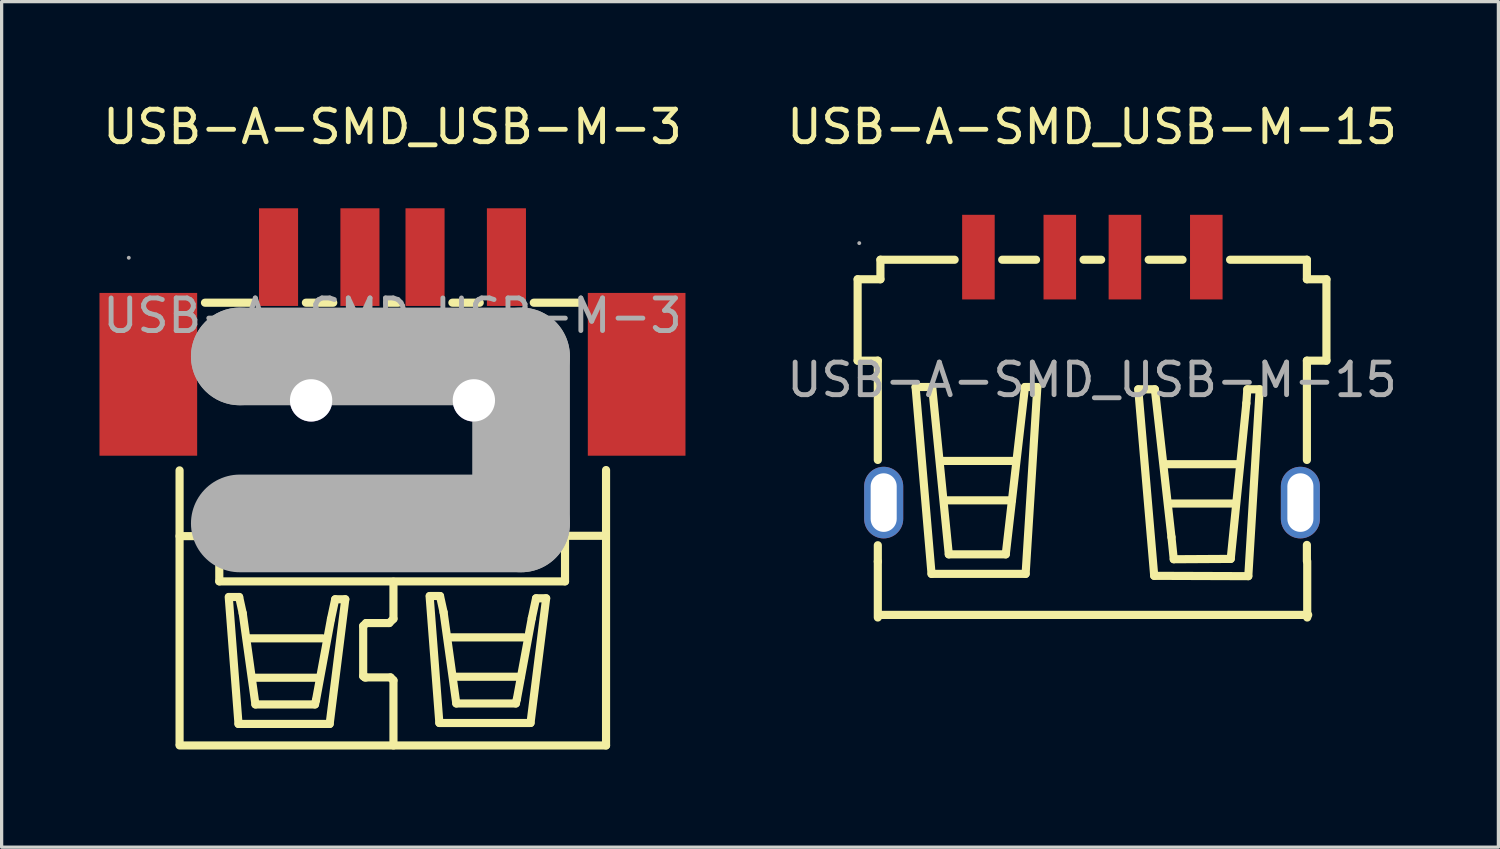
<source format=kicad_pcb>
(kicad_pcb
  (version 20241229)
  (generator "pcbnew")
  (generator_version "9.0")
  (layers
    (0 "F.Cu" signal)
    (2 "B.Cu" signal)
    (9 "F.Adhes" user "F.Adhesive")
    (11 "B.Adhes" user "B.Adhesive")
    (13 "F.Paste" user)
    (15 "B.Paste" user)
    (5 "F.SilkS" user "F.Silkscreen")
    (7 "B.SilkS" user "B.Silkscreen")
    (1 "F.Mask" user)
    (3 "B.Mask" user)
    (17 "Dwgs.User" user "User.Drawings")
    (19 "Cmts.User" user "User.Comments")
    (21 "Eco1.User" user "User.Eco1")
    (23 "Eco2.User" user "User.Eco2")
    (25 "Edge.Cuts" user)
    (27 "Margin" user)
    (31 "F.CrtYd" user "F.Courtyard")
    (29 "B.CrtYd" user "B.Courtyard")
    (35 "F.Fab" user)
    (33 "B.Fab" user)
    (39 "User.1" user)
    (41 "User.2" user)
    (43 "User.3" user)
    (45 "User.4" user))
  (footprint "USB-A-SMD_USB-M-3"
    (layer "F.Cu")
    (at 9.006 6.648)
    (property "Reference" "USB-A-SMD_USB-M-3" (at 0 -5.8 0) (layer "F.SilkS") (effects (font (size 1 1) (thickness 0.15))))
    (attr through_hole)
    (fp_line (start -6.54 4.75) (end -6.54 13.16) (stroke (width 0.25) (type solid)) (layer "F.SilkS"))
    (fp_line (start -6.54 6.77) (end -5.32 6.77) (stroke (width 0.25) (type solid)) (layer "F.SilkS"))
    (fp_line (start -6.54 13.2) (end 6.56 13.2) (stroke (width 0.25) (type solid)) (layer "F.SilkS"))
    (fp_line (start -5.32 6.77) (end -5.32 8.16) (stroke (width 0.25) (type solid)) (layer "F.SilkS"))
    (fp_line (start -5.32 8.16) (end 5.3 8.16) (stroke (width 0.25) (type solid)) (layer "F.SilkS"))
    (fp_line (start -5.03 8.64) (end -4.73 12.54) (stroke (width 0.25) (type solid)) (layer "F.SilkS"))
    (fp_line (start -4.73 12.54) (end -1.93 12.54) (stroke (width 0.25) (type solid)) (layer "F.SilkS"))
    (fp_line (start -4.71 8.64) (end -5.02 8.64) (stroke (width 0.25) (type solid)) (layer "F.SilkS"))
    (fp_line (start -4.6 9.14) (end -4.71 8.64) (stroke (width 0.25) (type solid)) (layer "F.SilkS"))
    (fp_line (start -4.41 9.91) (end -2.15 9.91) (stroke (width 0.25) (type solid)) (layer "F.SilkS"))
    (fp_line (start -4.32 -0.4) (end -5.76 -0.4) (stroke (width 0.25) (type solid)) (layer "F.SilkS"))
    (fp_line (start -4.27 11.12) (end -2.24 11.12) (stroke (width 0.25) (type solid)) (layer "F.SilkS"))
    (fp_line (start -4.21 11.94) (end -4.6 9.14) (stroke (width 0.25) (type solid)) (layer "F.SilkS"))
    (fp_line (start -2.66 -0.4) (end -1.82 -0.4) (stroke (width 0.25) (type solid)) (layer "F.SilkS"))
    (fp_line (start -2.38 11.94) (end -4.21 11.94) (stroke (width 0.25) (type solid)) (layer "F.SilkS"))
    (fp_line (start -2.35 11.81) (end -2.38 11.94) (stroke (width 0.25) (type solid)) (layer "F.SilkS"))
    (fp_line (start -1.93 12.54) (end -1.45 8.71) (stroke (width 0.25) (type solid)) (layer "F.SilkS"))
    (fp_line (start -1.89 9.32) (end -2.35 11.81) (stroke (width 0.25) (type solid)) (layer "F.SilkS"))
    (fp_line (start -1.76 8.71) (end -1.89 9.32) (stroke (width 0.25) (type solid)) (layer "F.SilkS"))
    (fp_line (start -1.45 8.71) (end -1.76 8.71) (stroke (width 0.25) (type solid)) (layer "F.SilkS"))
    (fp_line (start -0.9 9.53) (end -0.9 11.07) (stroke (width 0.25) (type solid)) (layer "F.SilkS"))
    (fp_line (start -0.9 11.07) (end -0.85 11.11) (stroke (width 0.25) (type solid)) (layer "F.SilkS"))
    (fp_line (start -0.85 11.11) (end -0.81 11.11) (stroke (width 0.25) (type solid)) (layer "F.SilkS"))
    (fp_line (start -0.81 9.44) (end -0.9 9.53) (stroke (width 0.25) (type solid)) (layer "F.SilkS"))
    (fp_line (start -0.81 11.11) (end -0.06 11.11) (stroke (width 0.25) (type solid)) (layer "F.SilkS"))
    (fp_line (start -0.16 -0.4) (end 0.18 -0.4) (stroke (width 0.25) (type solid)) (layer "F.SilkS"))
    (fp_line (start -0.1 9.44) (end -0.81 9.44) (stroke (width 0.25) (type solid)) (layer "F.SilkS"))
    (fp_line (start -0.06 11.11) (end 0.03 11.2) (stroke (width 0.25) (type solid)) (layer "F.SilkS"))
    (fp_line (start 0.03 8.17) (end 0.03 9.31) (stroke (width 0.25) (type solid)) (layer "F.SilkS"))
    (fp_line (start 0.03 9.31) (end -0.1 9.44) (stroke (width 0.25) (type solid)) (layer "F.SilkS"))
    (fp_line (start 0.03 11.2) (end 0.03 13.2) (stroke (width 0.25) (type solid)) (layer "F.SilkS"))
    (fp_line (start 1.14 8.61) (end 1.44 12.51) (stroke (width 0.25) (type solid)) (layer "F.SilkS"))
    (fp_line (start 1.44 12.51) (end 4.24 12.51) (stroke (width 0.25) (type solid)) (layer "F.SilkS"))
    (fp_line (start 1.46 8.61) (end 1.15 8.61) (stroke (width 0.25) (type solid)) (layer "F.SilkS"))
    (fp_line (start 1.57 9.11) (end 1.46 8.61) (stroke (width 0.25) (type solid)) (layer "F.SilkS"))
    (fp_line (start 1.77 9.88) (end 4.03 9.88) (stroke (width 0.25) (type solid)) (layer "F.SilkS"))
    (fp_line (start 1.84 -0.4) (end 2.68 -0.4) (stroke (width 0.25) (type solid)) (layer "F.SilkS"))
    (fp_line (start 1.91 11.09) (end 3.94 11.09) (stroke (width 0.25) (type solid)) (layer "F.SilkS"))
    (fp_line (start 1.96 11.91) (end 1.57 9.11) (stroke (width 0.25) (type solid)) (layer "F.SilkS"))
    (fp_line (start 3.79 11.91) (end 1.96 11.91) (stroke (width 0.25) (type solid)) (layer "F.SilkS"))
    (fp_line (start 3.82 11.78) (end 3.79 11.91) (stroke (width 0.25) (type solid)) (layer "F.SilkS"))
    (fp_line (start 4.24 12.51) (end 4.72 8.68) (stroke (width 0.25) (type solid)) (layer "F.SilkS"))
    (fp_line (start 4.28 9.29) (end 3.82 11.78) (stroke (width 0.25) (type solid)) (layer "F.SilkS"))
    (fp_line (start 4.34 -0.4) (end 5.77 -0.4) (stroke (width 0.25) (type solid)) (layer "F.SilkS"))
    (fp_line (start 4.41 8.68) (end 4.28 9.29) (stroke (width 0.25) (type solid)) (layer "F.SilkS"))
    (fp_line (start 4.72 8.68) (end 4.41 8.68) (stroke (width 0.25) (type solid)) (layer "F.SilkS"))
    (fp_line (start 5.3 6.76) (end 6.55 6.76) (stroke (width 0.25) (type solid)) (layer "F.SilkS"))
    (fp_line (start 5.3 8.16) (end 5.3 6.76) (stroke (width 0.25) (type solid)) (layer "F.SilkS"))
    (fp_line (start 6.56 4.74) (end 6.56 13.2) (stroke (width 0.25) (type solid)) (layer "F.SilkS"))
    (fp_circle (center -2.5 2.6) (end -2.2 2.6) (stroke (width 0.6) (type solid)) (fill no) (layer "Cmts.User"))
    (fp_circle (center 2.5 2.6) (end 2.8 2.6) (stroke (width 0.6) (type solid)) (fill no) (layer "Cmts.User"))
    (fp_line (start -4.69 1.25) (end -4.69 1.25) (stroke (width 3) (type solid)) (layer "F.Fab"))
    (fp_line (start -4.69 1.25) (end 3.95 1.25) (stroke (width 3) (type solid)) (layer "F.Fab"))
    (fp_line (start 3.95 1.25) (end 3.95 6.38) (stroke (width 3) (type solid)) (layer "F.Fab"))
    (fp_line (start 3.95 6.38) (end -4.69 6.38) (stroke (width 3) (type solid)) (layer "F.Fab"))
    (fp_circle (center -8.1 -1.78) (end -8.07 -1.78) (stroke (width 0.06) (type solid)) (fill no) (layer "F.Fab"))
    (fp_text user "${REFERENCE}" (at 0 0 0) (layer "F.Fab") (effects (font (size 1 1) (thickness 0.15))))
    (pad "" thru_hole circle (at -2.5 2.6) (size 1.3 1.3) (drill 1.3) (layers "*.Cu" "*.Mask"))
    (pad "" thru_hole circle (at 2.5 2.6) (size 1.3 1.3) (drill 1.3) (layers "*.Cu" "*.Mask"))
    (pad "1" smd rect (at -3.5 -1.8 90) (size 3 1.2) (layers "F.Cu" "F.Mask" "F.Paste"))
    (pad "2" smd rect (at -1 -1.8 90) (size 3 1.2) (layers "F.Cu" "F.Mask" "F.Paste"))
    (pad "3" smd rect (at 1 -1.8 90) (size 3 1.2) (layers "F.Cu" "F.Mask" "F.Paste"))
    (pad "4" smd rect (at 3.5 -1.8 90) (size 3 1.2) (layers "F.Cu" "F.Mask" "F.Paste"))
    (pad "5" smd rect (at -7.5 1.8) (size 3 5) (layers "F.Cu" "F.Mask" "F.Paste"))
    (pad "6" smd rect (at 7.5 1.8) (size 3 5) (layers "F.Cu" "F.Mask" "F.Paste")))
  (footprint "USB-A-SMD_USB-M-15"
    (layer "F.Cu")
    (at 30.494 8.618)
    (property "Reference" "USB-A-SMD_USB-M-15" (at 0 -7.77 0) (layer "F.SilkS") (effects (font (size 1 1) (thickness 0.15))))
    (attr through_hole)
    (fp_line (start -7.2 -3.09) (end -6.5 -3.09) (stroke (width 0.25) (type solid)) (layer "F.SilkS"))
    (fp_line (start -7.2 -0.59) (end -7.2 -3.09) (stroke (width 0.25) (type solid)) (layer "F.SilkS"))
    (fp_line (start -6.58 -0.59) (end -7.2 -0.59) (stroke (width 0.25) (type solid)) (layer "F.SilkS"))
    (fp_line (start -6.58 2.46) (end -6.58 -0.59) (stroke (width 0.25) (type solid)) (layer "F.SilkS"))
    (fp_line (start -6.58 5.58) (end -6.58 5.08) (stroke (width 0.25) (type solid)) (layer "F.SilkS"))
    (fp_line (start -6.58 5.58) (end -6.58 7.3) (stroke (width 0.25) (type solid)) (layer "F.SilkS"))
    (fp_line (start -6.56 7.22) (end 6.64 7.22) (stroke (width 0.25) (type solid)) (layer "F.SilkS"))
    (fp_line (start -6.5 -3.69) (end -4.22 -3.69) (stroke (width 0.25) (type solid)) (layer "F.SilkS"))
    (fp_line (start -6.5 -3.09) (end -6.5 -3.69) (stroke (width 0.25) (type solid)) (layer "F.SilkS"))
    (fp_line (start -5.42 0.22) (end -4.91 0.22) (stroke (width 0.25) (type solid)) (layer "F.SilkS"))
    (fp_line (start -4.93 5.96) (end -5.42 0.22) (stroke (width 0.25) (type solid)) (layer "F.SilkS"))
    (fp_line (start -4.91 0.22) (end -4.4 5.36) (stroke (width 0.25) (type solid)) (layer "F.SilkS"))
    (fp_line (start -4.63 2.49) (end -2.37 2.49) (stroke (width 0.25) (type solid)) (layer "F.SilkS"))
    (fp_line (start -4.49 3.7) (end -2.46 3.7) (stroke (width 0.25) (type solid)) (layer "F.SilkS"))
    (fp_line (start -4.4 5.36) (end -2.65 5.36) (stroke (width 0.25) (type solid)) (layer "F.SilkS"))
    (fp_line (start -2.76 -3.69) (end -1.72 -3.69) (stroke (width 0.25) (type solid)) (layer "F.SilkS"))
    (fp_line (start -2.65 5.36) (end -2.06 0.22) (stroke (width 0.25) (type solid)) (layer "F.SilkS"))
    (fp_line (start -2.06 0.22) (end -1.68 0.22) (stroke (width 0.25) (type solid)) (layer "F.SilkS"))
    (fp_line (start -2.04 5.96) (end -4.93 5.96) (stroke (width 0.25) (type solid)) (layer "F.SilkS"))
    (fp_line (start -1.68 0.22) (end -2.04 5.96) (stroke (width 0.25) (type solid)) (layer "F.SilkS"))
    (fp_line (start -0.26 -3.69) (end 0.28 -3.69) (stroke (width 0.25) (type solid)) (layer "F.SilkS"))
    (fp_line (start 1.42 0.29) (end 1.93 0.29) (stroke (width 0.25) (type solid)) (layer "F.SilkS"))
    (fp_line (start 1.74 -3.69) (end 2.78 -3.69) (stroke (width 0.25) (type solid)) (layer "F.SilkS"))
    (fp_line (start 1.91 6.02) (end 1.42 0.29) (stroke (width 0.25) (type solid)) (layer "F.SilkS"))
    (fp_line (start 1.93 0.29) (end 2.44 4.83) (stroke (width 0.25) (type solid)) (layer "F.SilkS"))
    (fp_line (start 2.25 2.59) (end 4.51 2.59) (stroke (width 0.25) (type solid)) (layer "F.SilkS"))
    (fp_line (start 2.39 3.8) (end 4.42 3.8) (stroke (width 0.25) (type solid)) (layer "F.SilkS"))
    (fp_line (start 2.44 4.83) (end 2.51 5.51) (stroke (width 0.25) (type solid)) (layer "F.SilkS"))
    (fp_line (start 2.51 5.51) (end 4.26 5.5) (stroke (width 0.25) (type solid)) (layer "F.SilkS"))
    (fp_line (start 4.24 -3.69) (end 6.6 -3.69) (stroke (width 0.25) (type solid)) (layer "F.SilkS"))
    (fp_line (start 4.26 5.5) (end 4.74 0.72) (stroke (width 0.25) (type solid)) (layer "F.SilkS"))
    (fp_line (start 4.74 0.72) (end 4.77 0.29) (stroke (width 0.25) (type solid)) (layer "F.SilkS"))
    (fp_line (start 4.77 0.29) (end 5.15 0.29) (stroke (width 0.25) (type solid)) (layer "F.SilkS"))
    (fp_line (start 4.8 6.03) (end 1.91 6.02) (stroke (width 0.25) (type solid)) (layer "F.SilkS"))
    (fp_line (start 5.15 0.29) (end 4.8 6.03) (stroke (width 0.25) (type solid)) (layer "F.SilkS"))
    (fp_line (start 6.6 -3.69) (end 6.6 -3.09) (stroke (width 0.25) (type solid)) (layer "F.SilkS"))
    (fp_line (start 6.6 -3.09) (end 7.2 -3.09) (stroke (width 0.25) (type solid)) (layer "F.SilkS"))
    (fp_line (start 6.6 -0.59) (end 6.6 2.46) (stroke (width 0.25) (type solid)) (layer "F.SilkS"))
    (fp_line (start 6.6 5.07) (end 6.6 5.57) (stroke (width 0.25) (type solid)) (layer "F.SilkS"))
    (fp_line (start 6.61 5.57) (end 6.61 7.3) (stroke (width 0.25) (type solid)) (layer "F.SilkS"))
    (fp_line (start 7.2 -3.09) (end 7.2 -0.59) (stroke (width 0.25) (type solid)) (layer "F.SilkS"))
    (fp_line (start 7.2 -0.59) (end 6.6 -0.59) (stroke (width 0.25) (type solid)) (layer "F.SilkS"))
    (fp_circle (center -7.15 -4.2) (end -7.12 -4.2) (stroke (width 0.06) (type solid)) (fill no) (layer "F.Fab"))
    (fp_text user "${REFERENCE}" (at 0 0 0) (layer "F.Fab") (effects (font (size 1 1) (thickness 0.15))))
    (pad "1" smd rect (at -3.49 -3.77) (size 1 2.6) (layers "F.Cu" "F.Mask" "F.Paste"))
    (pad "2" smd rect (at -0.99 -3.77) (size 1 2.6) (layers "F.Cu" "F.Mask" "F.Paste"))
    (pad "3" smd rect (at 1.01 -3.77) (size 1 2.6) (layers "F.Cu" "F.Mask" "F.Paste"))
    (pad "4" smd rect (at 3.51 -3.77) (size 1 2.6) (layers "F.Cu" "F.Mask" "F.Paste"))
    (pad "5" thru_hole oval (at -6.4 3.77 270) (size 2.2 1.2) (drill oval 1.8 0.8) (layers "*.Cu" "*.Paste" "*.Mask"))
    (pad "6" thru_hole oval (at 6.4 3.77 90) (size 2.2 1.2) (drill oval 1.8 0.8) (layers "*.Cu" "*.Paste" "*.Mask")))
  (gr_rect
    (start -3 -3)
    (end 42.976 22.973)
    (stroke (width 0.1) (type default))
    (fill no)
    (layer "Edge.Cuts")))
</source>
